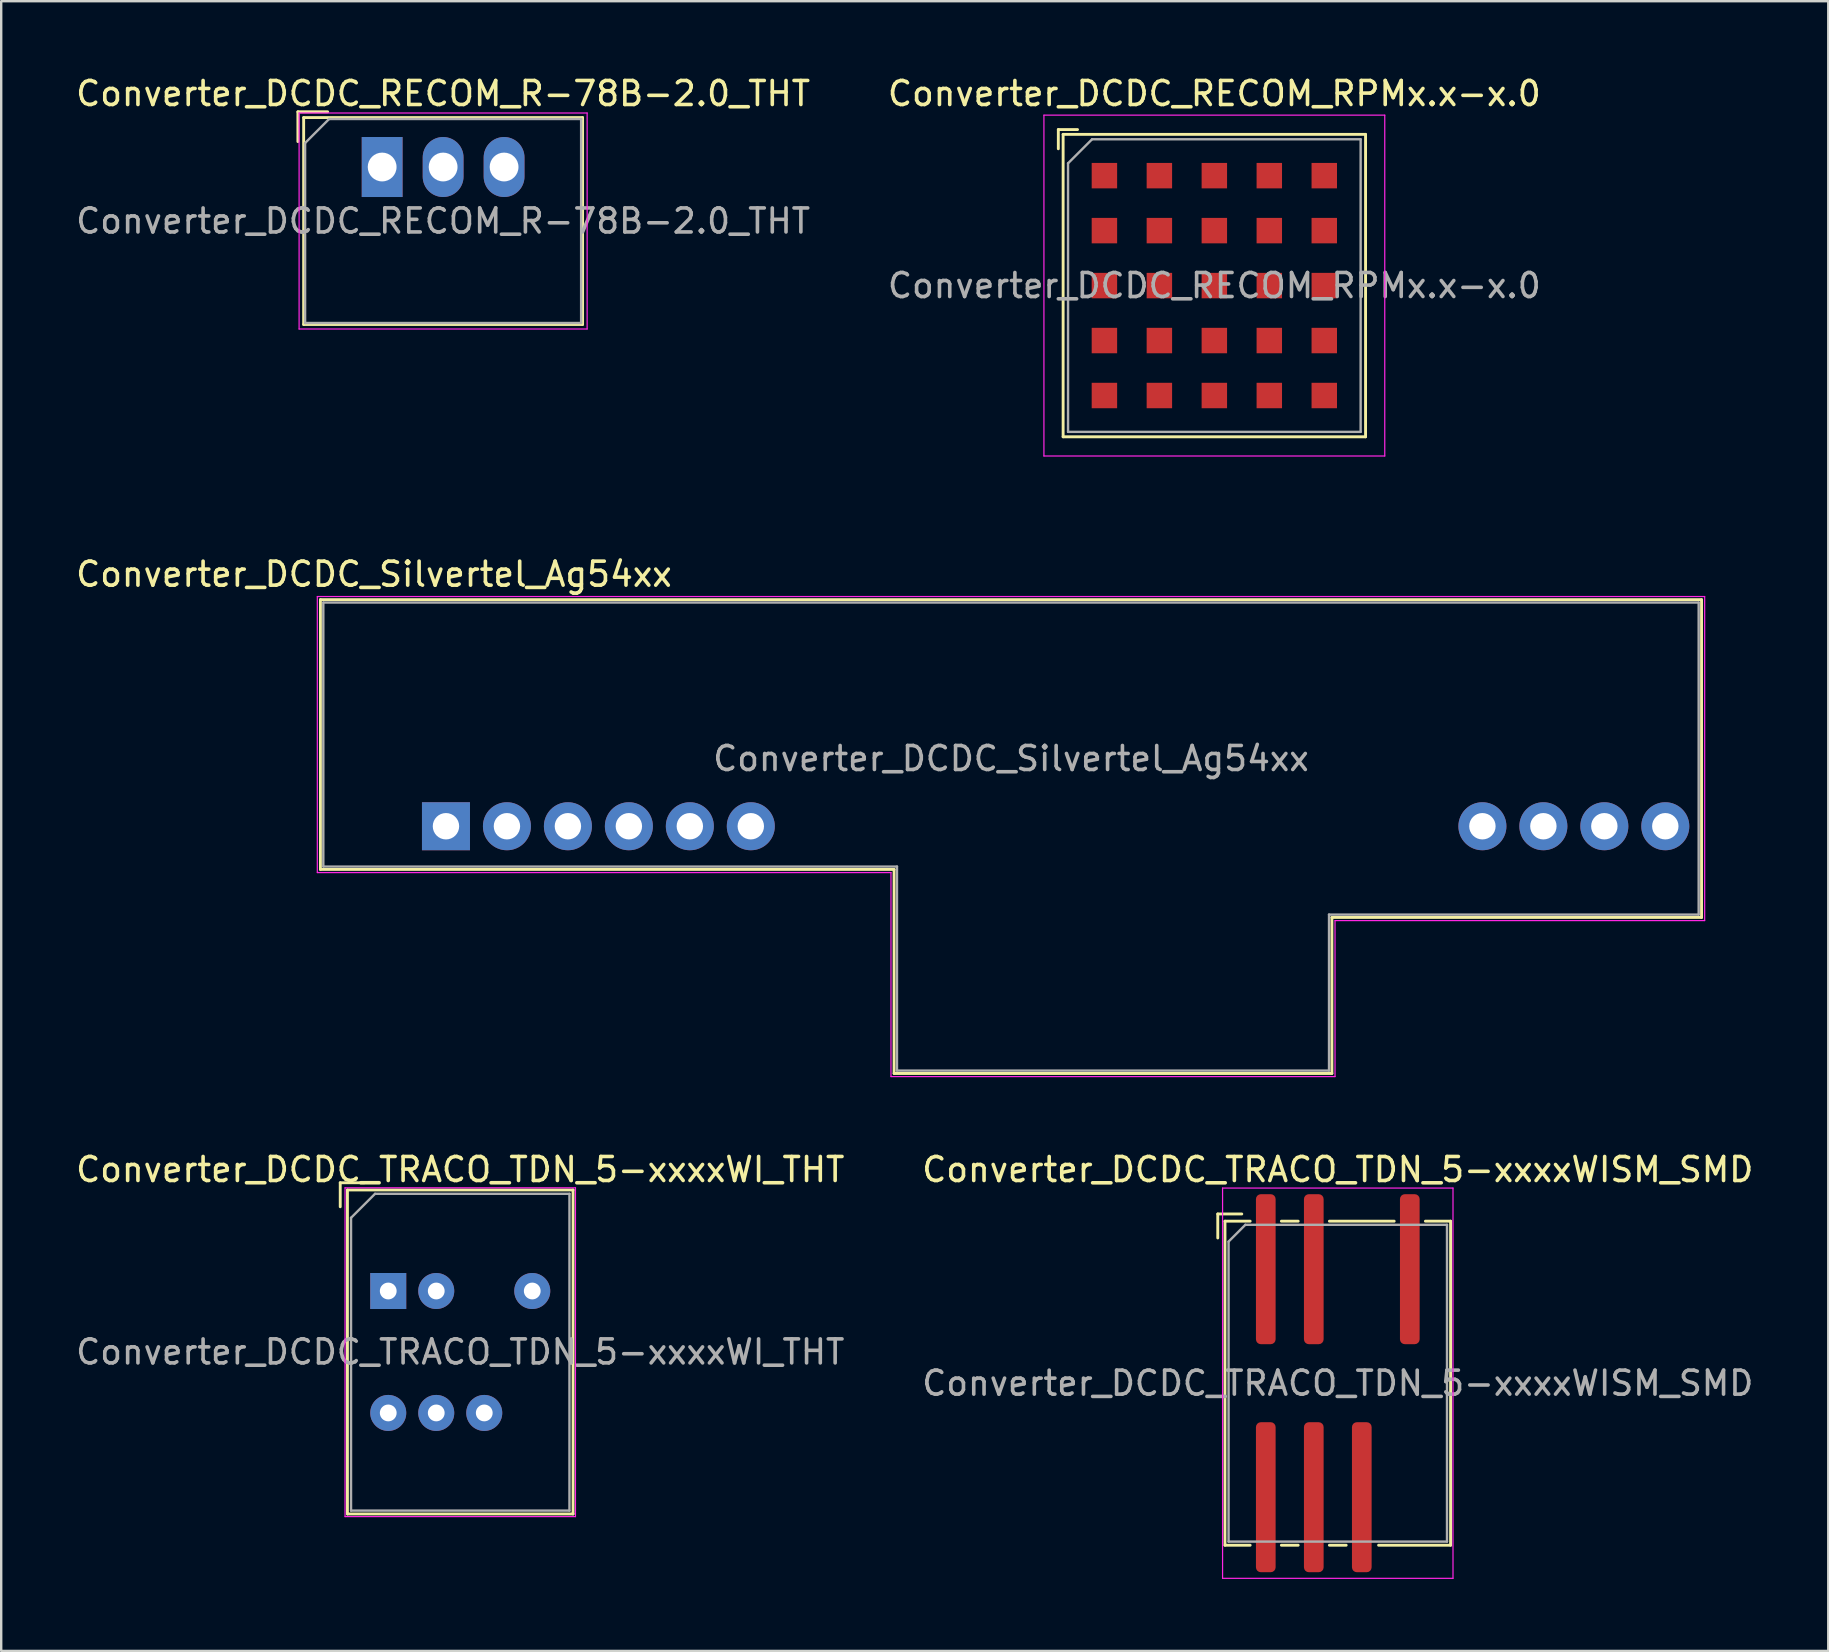
<source format=kicad_pcb>
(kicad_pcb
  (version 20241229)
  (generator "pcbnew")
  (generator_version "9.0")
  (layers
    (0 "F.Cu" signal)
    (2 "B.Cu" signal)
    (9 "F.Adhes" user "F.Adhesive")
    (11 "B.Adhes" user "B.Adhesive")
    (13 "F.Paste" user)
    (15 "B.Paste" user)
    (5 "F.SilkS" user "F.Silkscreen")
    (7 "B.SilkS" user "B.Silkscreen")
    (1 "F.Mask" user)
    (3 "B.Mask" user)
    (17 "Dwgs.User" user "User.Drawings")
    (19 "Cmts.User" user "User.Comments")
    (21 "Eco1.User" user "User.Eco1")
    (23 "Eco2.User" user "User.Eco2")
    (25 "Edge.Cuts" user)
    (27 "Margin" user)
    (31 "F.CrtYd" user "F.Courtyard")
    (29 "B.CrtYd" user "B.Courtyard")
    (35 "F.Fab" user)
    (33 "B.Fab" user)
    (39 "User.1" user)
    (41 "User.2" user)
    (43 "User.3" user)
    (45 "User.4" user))
  (footprint "Converter_DCDC_TRACO_TDN_5-xxxxWI_THT"
    (layer "F.Cu")
    (at 13.125 50.736)
    (property "Reference" "Converter_DCDC_TRACO_TDN_5-xxxxWI_THT" (at 3 -5.06 0) (layer "F.SilkS") (effects (font (size 1 1) (thickness 0.15))))
    (attr through_hole)
    (fp_line (start -2 -4.51) (end -1 -4.51) (stroke (width 0.12) (type solid)) (layer "F.SilkS"))
    (fp_line (start -2 -3.51) (end -2 -4.51) (stroke (width 0.12) (type solid)) (layer "F.SilkS"))
    (fp_line (start -1.7 -4.21) (end 7.7 -4.21) (stroke (width 0.12) (type solid)) (layer "F.SilkS"))
    (fp_line (start -1.7 9.29) (end -1.7 -4.21) (stroke (width 0.12) (type solid)) (layer "F.SilkS"))
    (fp_line (start -1.7 9.29) (end 7.7 9.29) (stroke (width 0.12) (type solid)) (layer "F.SilkS"))
    (fp_line (start 7.7 -4.21) (end 7.7 9.29) (stroke (width 0.12) (type solid)) (layer "F.SilkS"))
    (fp_line (start -1.8 -4.3) (end 7.8 -4.3) (stroke (width 0.05) (type solid)) (layer "F.CrtYd"))
    (fp_line (start -1.8 9.4) (end -1.8 -4.3) (stroke (width 0.05) (type solid)) (layer "F.CrtYd"))
    (fp_line (start 7.8 -4.3) (end 7.8 9.4) (stroke (width 0.05) (type solid)) (layer "F.CrtYd"))
    (fp_line (start 7.8 9.4) (end -1.8 9.4) (stroke (width 0.05) (type solid)) (layer "F.CrtYd"))
    (fp_line (start -1.55 9.15) (end -1.55 -3.05) (stroke (width 0.1) (type solid)) (layer "F.Fab"))
    (fp_line (start -0.55 -4.05) (end -1.55 -3.05) (stroke (width 0.1) (type solid)) (layer "F.Fab"))
    (fp_line (start -0.55 -4.05) (end 7.55 -4.05) (stroke (width 0.1) (type solid)) (layer "F.Fab"))
    (fp_line (start 7.55 -4.05) (end 7.55 9.15) (stroke (width 0.1) (type solid)) (layer "F.Fab"))
    (fp_line (start 7.55 9.15) (end -1.55 9.15) (stroke (width 0.1) (type solid)) (layer "F.Fab"))
    (fp_text user "${REFERENCE}" (at 3 2.54 0) (layer "F.Fab") (effects (font (size 1 1) (thickness 0.15))))
    (pad "1" thru_hole rect (at 0 0) (size 1.5 1.5) (drill 0.7) (layers "*.Cu" "*.Mask"))
    (pad "2" thru_hole circle (at 2 0) (size 1.5 1.5) (drill 0.7) (layers "*.Cu" "*.Mask"))
    (pad "4" thru_hole circle (at 6 0) (size 1.5 1.5) (drill 0.7) (layers "*.Cu" "*.Mask"))
    (pad "5" thru_hole circle (at 0 5.08) (size 1.5 1.5) (drill 0.7) (layers "*.Cu" "*.Mask"))
    (pad "6" thru_hole circle (at 2 5.08) (size 1.5 1.5) (drill 0.7) (layers "*.Cu" "*.Mask"))
    (pad "7" thru_hole circle (at 4 5.08) (size 1.5 1.5) (drill 0.7) (layers "*.Cu" "*.Mask")))
  (footprint "Converter_DCDC_RECOM_R-78B-2.0_THT"
    (layer "F.Cu")
    (at 12.871 3.908)
    (property "Reference" "Converter_DCDC_RECOM_R-78B-2.0_THT" (at 2.54 -3.06 0) (layer "F.SilkS") (effects (font (size 1 1) (thickness 0.15))))
    (attr through_hole)
    (fp_line (start -3.51 -2.3) (end -2.27 -2.3) (stroke (width 0.12) (type solid)) (layer "F.SilkS"))
    (fp_line (start -3.51 -1.06) (end -3.51 -2.3) (stroke (width 0.12) (type solid)) (layer "F.SilkS"))
    (fp_line (start -3.27 -2.06) (end -3.27 6.56) (stroke (width 0.12) (type solid)) (layer "F.SilkS"))
    (fp_line (start -3.27 -2.06) (end 8.35 -2.06) (stroke (width 0.12) (type solid)) (layer "F.SilkS"))
    (fp_line (start -3.27 6.56) (end 8.35 6.56) (stroke (width 0.12) (type solid)) (layer "F.SilkS"))
    (fp_line (start 8.35 -2.06) (end 8.35 6.56) (stroke (width 0.12) (type solid)) (layer "F.SilkS"))
    (fp_line (start -3.46 -2.25) (end -3.46 6.75) (stroke (width 0.05) (type solid)) (layer "F.CrtYd"))
    (fp_line (start -3.46 6.75) (end 8.54 6.75) (stroke (width 0.05) (type solid)) (layer "F.CrtYd"))
    (fp_line (start 8.54 -2.25) (end -3.46 -2.25) (stroke (width 0.05) (type solid)) (layer "F.CrtYd"))
    (fp_line (start 8.54 6.75) (end 8.54 -2.25) (stroke (width 0.05) (type solid)) (layer "F.CrtYd"))
    (fp_line (start -3.21 -1) (end -2.21 -2) (stroke (width 0.1) (type solid)) (layer "F.Fab"))
    (fp_line (start -3.21 6.5) (end -3.21 -1) (stroke (width 0.1) (type solid)) (layer "F.Fab"))
    (fp_line (start -2.21 -2) (end 8.29 -2) (stroke (width 0.1) (type solid)) (layer "F.Fab"))
    (fp_line (start 8.29 -2) (end 8.29 6.5) (stroke (width 0.1) (type solid)) (layer "F.Fab"))
    (fp_line (start 8.29 6.5) (end -3.21 6.5) (stroke (width 0.1) (type solid)) (layer "F.Fab"))
    (fp_text user "${REFERENCE}" (at 2.54 2.25 0) (layer "F.Fab") (effects (font (size 1 1) (thickness 0.15))))
    (pad "1" thru_hole rect (at 0 0) (size 1.7 2.5) (drill 1.2) (layers "*.Cu" "*.Mask"))
    (pad "2" thru_hole oval (at 2.54 0) (size 1.7 2.5) (drill 1.2) (layers "*.Cu" "*.Mask"))
    (pad "3" thru_hole oval (at 5.08 0) (size 1.7 2.5) (drill 1.2) (layers "*.Cu" "*.Mask")))
  (footprint "Converter_DCDC_TRACO_TDN_5-xxxxWISM_SMD"
    (layer "F.Cu")
    (at 52.685 54.577)
    (property "Reference" "Converter_DCDC_TRACO_TDN_5-xxxxWISM_SMD" (at 0 -8.9 0) (layer "F.SilkS") (effects (font (size 1 1) (thickness 0.15))))
    (attr smd)
    (fp_line (start -5 -7.05) (end -4 -7.05) (stroke (width 0.12) (type solid)) (layer "F.SilkS"))
    (fp_line (start -5 -6.05) (end -5 -7.05) (stroke (width 0.12) (type solid)) (layer "F.SilkS"))
    (fp_line (start -4.7 -6.75) (end -3.65 -6.75) (stroke (width 0.12) (type solid)) (layer "F.SilkS"))
    (fp_line (start -4.7 6.75) (end -4.7 -6.75) (stroke (width 0.12) (type solid)) (layer "F.SilkS"))
    (fp_line (start -3.65 6.75) (end -4.7 6.75) (stroke (width 0.12) (type solid)) (layer "F.SilkS"))
    (fp_line (start -2.35 -6.75) (end -1.65 -6.75) (stroke (width 0.12) (type solid)) (layer "F.SilkS"))
    (fp_line (start -2.35 6.75) (end -1.65 6.75) (stroke (width 0.12) (type solid)) (layer "F.SilkS"))
    (fp_line (start -0.35 -6.75) (end 2.35 -6.75) (stroke (width 0.12) (type solid)) (layer "F.SilkS"))
    (fp_line (start -0.35 6.75) (end 0.35 6.75) (stroke (width 0.12) (type solid)) (layer "F.SilkS"))
    (fp_line (start 1.7 6.75) (end 4.7 6.75) (stroke (width 0.12) (type solid)) (layer "F.SilkS"))
    (fp_line (start 3.65 -6.75) (end 4.7 -6.75) (stroke (width 0.12) (type solid)) (layer "F.SilkS"))
    (fp_line (start 4.7 -6.75) (end 4.7 6.75) (stroke (width 0.12) (type solid)) (layer "F.SilkS"))
    (fp_line (start -4.8 -8.13) (end 4.8 -8.13) (stroke (width 0.05) (type solid)) (layer "F.CrtYd"))
    (fp_line (start -4.8 8.13) (end -4.8 -8.13) (stroke (width 0.05) (type solid)) (layer "F.CrtYd"))
    (fp_line (start 4.8 -8.13) (end 4.8 8.13) (stroke (width 0.05) (type solid)) (layer "F.CrtYd"))
    (fp_line (start 4.8 8.13) (end -4.8 8.13) (stroke (width 0.05) (type solid)) (layer "F.CrtYd"))
    (fp_line (start -4.55 6.6) (end -4.55 -5.9) (stroke (width 0.1) (type solid)) (layer "F.Fab"))
    (fp_line (start -3.85 -6.6) (end -4.55 -5.9) (stroke (width 0.1) (type solid)) (layer "F.Fab"))
    (fp_line (start -3.85 -6.6) (end 4.55 -6.6) (stroke (width 0.1) (type solid)) (layer "F.Fab"))
    (fp_line (start 4.55 -6.6) (end 4.55 6.6) (stroke (width 0.1) (type solid)) (layer "F.Fab"))
    (fp_line (start 4.55 6.6) (end -4.55 6.6) (stroke (width 0.1) (type solid)) (layer "F.Fab"))
    (fp_text user "${REFERENCE}" (at 0 0 0) (layer "F.Fab") (effects (font (size 1 1) (thickness 0.15))))
    (pad "1" smd roundrect (at -3 -4.75) (size 0.82 6.25) (layers "F.Cu" "F.Mask" "F.Paste") (roundrect_rratio 0.25))
    (pad "2" smd roundrect (at -1 -4.75) (size 0.82 6.25) (layers "F.Cu" "F.Mask" "F.Paste") (roundrect_rratio 0.25))
    (pad "4" smd roundrect (at 3 -4.75) (size 0.82 6.25) (layers "F.Cu" "F.Mask" "F.Paste") (roundrect_rratio 0.25))
    (pad "5" smd roundrect (at -3 4.75) (size 0.82 6.25) (layers "F.Cu" "F.Mask" "F.Paste") (roundrect_rratio 0.25))
    (pad "6" smd roundrect (at -1 4.75) (size 0.82 6.25) (layers "F.Cu" "F.Mask" "F.Paste") (roundrect_rratio 0.25))
    (pad "7" smd roundrect (at 1 4.75) (size 0.82 6.25) (layers "F.Cu" "F.Mask" "F.Paste") (roundrect_rratio 0.25)))
  (footprint "Converter_DCDC_Silvertel_Ag54xx"
    (layer "F.Cu")
    (at 15.53 31.373)
    (property "Reference" "Converter_DCDC_Silvertel_Ag54xx" (at -3 -10.5 0) (unlocked yes) (layer "F.SilkS") (effects (font (size 1 1) (thickness 0.15))))
    (attr through_hole)
    (fp_line (start -5.23 -9.44) (end -5.23 1.8) (stroke (width 0.12) (type solid)) (layer "F.SilkS"))
    (fp_line (start -5.23 1.8) (end 18.67 1.8) (stroke (width 0.12) (type solid)) (layer "F.SilkS"))
    (fp_line (start 18.67 1.8) (end 18.67 10.3) (stroke (width 0.12) (type solid)) (layer "F.SilkS"))
    (fp_line (start 18.67 10.3) (end 36.91 10.3) (stroke (width 0.12) (type solid)) (layer "F.SilkS"))
    (fp_line (start 36.91 3.8) (end 52.31 3.8) (stroke (width 0.12) (type solid)) (layer "F.SilkS"))
    (fp_line (start 36.91 10.3) (end 36.91 3.8) (stroke (width 0.12) (type solid)) (layer "F.SilkS"))
    (fp_line (start 52.31 -9.44) (end -5.23 -9.44) (stroke (width 0.12) (type solid)) (layer "F.SilkS"))
    (fp_line (start 52.31 3.8) (end 52.31 -9.44) (stroke (width 0.12) (type solid)) (layer "F.SilkS"))
    (fp_line (start -5.36 -9.57) (end -5.36 1.93) (stroke (width 0.05) (type solid)) (layer "F.CrtYd"))
    (fp_line (start -5.36 1.93) (end 18.54 1.93) (stroke (width 0.05) (type solid)) (layer "F.CrtYd"))
    (fp_line (start 18.54 1.93) (end 18.54 10.43) (stroke (width 0.05) (type solid)) (layer "F.CrtYd"))
    (fp_line (start 18.54 10.43) (end 37.04 10.43) (stroke (width 0.05) (type solid)) (layer "F.CrtYd"))
    (fp_line (start 37.04 3.93) (end 52.44 3.93) (stroke (width 0.05) (type solid)) (layer "F.CrtYd"))
    (fp_line (start 37.04 10.43) (end 37.04 3.93) (stroke (width 0.05) (type solid)) (layer "F.CrtYd"))
    (fp_line (start 52.44 -9.57) (end -5.36 -9.57) (stroke (width 0.05) (type solid)) (layer "F.CrtYd"))
    (fp_line (start 52.44 3.93) (end 52.44 -9.57) (stroke (width 0.05) (type solid)) (layer "F.CrtYd"))
    (fp_line (start -5.11 -9.32) (end -5.11 1.68) (stroke (width 0.1) (type solid)) (layer "F.Fab"))
    (fp_line (start -5.11 1.68) (end 18.79 1.68) (stroke (width 0.1) (type solid)) (layer "F.Fab"))
    (fp_line (start 18.79 1.68) (end 18.79 10.18) (stroke (width 0.1) (type solid)) (layer "F.Fab"))
    (fp_line (start 18.79 10.18) (end 36.79 10.18) (stroke (width 0.1) (type solid)) (layer "F.Fab"))
    (fp_line (start 36.79 3.68) (end 52.19 3.68) (stroke (width 0.1) (type solid)) (layer "F.Fab"))
    (fp_line (start 36.79 10.18) (end 36.79 3.68) (stroke (width 0.1) (type solid)) (layer "F.Fab"))
    (fp_line (start 52.19 -9.32) (end -5.11 -9.32) (stroke (width 0.1) (type solid)) (layer "F.Fab"))
    (fp_line (start 52.19 3.68) (end 52.19 -9.32) (stroke (width 0.1) (type solid)) (layer "F.Fab"))
    (fp_text user "${REFERENCE}" (at 23.54 -2.82 0) (unlocked yes) (layer "F.Fab") (effects (font (size 1 1) (thickness 0.15))))
    (pad "1" thru_hole rect (at 0 0) (size 2 2) (drill 1.1) (layers "*.Cu" "*.Mask"))
    (pad "2" thru_hole circle (at 2.54 0) (size 2 2) (drill 1.1) (layers "*.Cu" "*.Mask"))
    (pad "3" thru_hole circle (at 5.08 0) (size 2 2) (drill 1.1) (layers "*.Cu" "*.Mask"))
    (pad "4" thru_hole circle (at 7.62 0) (size 2 2) (drill 1.1) (layers "*.Cu" "*.Mask"))
    (pad "5" thru_hole circle (at 10.16 0) (size 2 2) (drill 1.1) (layers "*.Cu" "*.Mask"))
    (pad "6" thru_hole circle (at 12.7 0) (size 2 2) (drill 1.1) (layers "*.Cu" "*.Mask"))
    (pad "7" thru_hole circle (at 43.18 0) (size 2 2) (drill 1.1) (layers "*.Cu" "*.Mask"))
    (pad "8" thru_hole circle (at 45.72 0) (size 2 2) (drill 1.1) (layers "*.Cu" "*.Mask"))
    (pad "9" thru_hole circle (at 48.26 0) (size 2 2) (drill 1.1) (layers "*.Cu" "*.Mask"))
    (pad "10" thru_hole circle (at 50.8 0) (size 2 2) (drill 1.1) (layers "*.Cu" "*.Mask"))
    (zone (net_name "") (layers "F.Cu" "F.Fab") (name "Isolation_Barrier") (hatch edge 0.508) (connect_pads) (min_thickness 0.254) (filled_areas_thickness no) (keepout (tracks not_allowed) (vias not_allowed) (pads not_allowed) (copperpour not_allowed) (footprints not_allowed)) (placement (enabled no)) (fill) (polygon (pts (xy 57.63 33.073) (xy 29.33 33.073) (xy 29.33 18.973) (xy 57.63 18.973)))))
  (footprint "Converter_DCDC_RECOM_RPMx.x-x.0"
    (layer "F.Cu")
    (at 47.542 8.848)
    (property "Reference" "Converter_DCDC_RECOM_RPMx.x-x.0" (at 0 -8 0) (layer "F.SilkS") (effects (font (size 1 1) (thickness 0.15))))
    (attr smd)
    (fp_line (start -6.5 -6.5) (end -6.5 -5.7) (stroke (width 0.12) (type solid)) (layer "F.SilkS"))
    (fp_line (start -6.3 -6.3) (end 6.3 -6.3) (stroke (width 0.12) (type solid)) (layer "F.SilkS"))
    (fp_line (start -6.3 6.3) (end -6.3 -6.3) (stroke (width 0.12) (type solid)) (layer "F.SilkS"))
    (fp_line (start -5.7 -6.5) (end -6.5 -6.5) (stroke (width 0.12) (type solid)) (layer "F.SilkS"))
    (fp_line (start 6.3 -6.3) (end 6.3 6.3) (stroke (width 0.12) (type solid)) (layer "F.SilkS"))
    (fp_line (start 6.3 6.3) (end -6.3 6.3) (stroke (width 0.12) (type solid)) (layer "F.SilkS"))
    (fp_line (start -7.1 -7.1) (end -7.1 7.1) (stroke (width 0.05) (type solid)) (layer "F.CrtYd"))
    (fp_line (start -7.1 -7.1) (end 7.1 -7.1) (stroke (width 0.05) (type solid)) (layer "F.CrtYd"))
    (fp_line (start 7.1 7.1) (end -7.1 7.1) (stroke (width 0.05) (type solid)) (layer "F.CrtYd"))
    (fp_line (start 7.1 7.1) (end 7.1 -7.1) (stroke (width 0.05) (type solid)) (layer "F.CrtYd"))
    (fp_line (start -6.095 -5.095) (end -5.095 -6.095) (stroke (width 0.1) (type solid)) (layer "F.Fab"))
    (fp_line (start -6.095 6.095) (end -6.095 -5.095) (stroke (width 0.1) (type solid)) (layer "F.Fab"))
    (fp_line (start -5.095 -6.095) (end 6.095 -6.095) (stroke (width 0.1) (type solid)) (layer "F.Fab"))
    (fp_line (start 6.095 -6.095) (end 6.095 6.095) (stroke (width 0.1) (type solid)) (layer "F.Fab"))
    (fp_line (start 6.095 6.095) (end -6.095 6.095) (stroke (width 0.1) (type solid)) (layer "F.Fab"))
    (fp_text user "${REFERENCE}" (at 0 0 0) (layer "F.Fab") (effects (font (size 1 1) (thickness 0.15))))
    (pad "A1" smd rect (at -4.58 -4.58) (size 1.06 1.06) (layers "F.Cu" "F.Mask" "F.Paste"))
    (pad "A2" smd rect (at -2.29 -4.58) (size 1.06 1.06) (layers "F.Cu" "F.Mask" "F.Paste"))
    (pad "A3" smd rect (at 0 -4.58) (size 1.06 1.06) (layers "F.Cu" "F.Mask" "F.Paste"))
    (pad "A4" smd rect (at 2.29 -4.58) (size 1.06 1.06) (layers "F.Cu" "F.Mask" "F.Paste"))
    (pad "A5" smd rect (at 4.58 -4.58) (size 1.06 1.06) (layers "F.Cu" "F.Mask" "F.Paste"))
    (pad "B1" smd rect (at -4.58 -2.29) (size 1.06 1.06) (layers "F.Cu" "F.Mask" "F.Paste"))
    (pad "B2" smd rect (at -2.29 -2.29) (size 1.06 1.06) (layers "F.Cu" "F.Mask" "F.Paste"))
    (pad "B3" smd rect (at 0 -2.29) (size 1.06 1.06) (layers "F.Cu" "F.Mask" "F.Paste"))
    (pad "B4" smd rect (at 2.29 -2.29) (size 1.06 1.06) (layers "F.Cu" "F.Mask" "F.Paste"))
    (pad "B5" smd rect (at 4.58 -2.29) (size 1.06 1.06) (layers "F.Cu" "F.Mask" "F.Paste"))
    (pad "C1" smd rect (at -4.58 0) (size 1.06 1.06) (layers "F.Cu" "F.Mask" "F.Paste"))
    (pad "C2" smd rect (at -2.29 0) (size 1.06 1.06) (layers "F.Cu" "F.Mask" "F.Paste"))
    (pad "C3" smd rect (at 0 0) (size 1.06 1.06) (layers "F.Cu" "F.Mask" "F.Paste"))
    (pad "C4" smd rect (at 2.29 0) (size 1.06 1.06) (layers "F.Cu" "F.Mask" "F.Paste"))
    (pad "C5" smd rect (at 4.58 0) (size 1.06 1.06) (layers "F.Cu" "F.Mask" "F.Paste"))
    (pad "D1" smd rect (at -4.58 2.29) (size 1.06 1.06) (layers "F.Cu" "F.Mask" "F.Paste"))
    (pad "D2" smd rect (at -2.29 2.29) (size 1.06 1.06) (layers "F.Cu" "F.Mask" "F.Paste"))
    (pad "D3" smd rect (at 0 2.29) (size 1.06 1.06) (layers "F.Cu" "F.Mask" "F.Paste"))
    (pad "D4" smd rect (at 2.29 2.29) (size 1.06 1.06) (layers "F.Cu" "F.Mask" "F.Paste"))
    (pad "D5" smd rect (at 4.58 2.29) (size 1.06 1.06) (layers "F.Cu" "F.Mask" "F.Paste"))
    (pad "E1" smd rect (at -4.58 4.58) (size 1.06 1.06) (layers "F.Cu" "F.Mask" "F.Paste"))
    (pad "E2" smd rect (at -2.29 4.58) (size 1.06 1.06) (layers "F.Cu" "F.Mask" "F.Paste"))
    (pad "E3" smd rect (at 0 4.58) (size 1.06 1.06) (layers "F.Cu" "F.Mask" "F.Paste"))
    (pad "E4" smd rect (at 2.29 4.58) (size 1.06 1.06) (layers "F.Cu" "F.Mask" "F.Paste"))
    (pad "E5" smd rect (at 4.58 4.58) (size 1.06 1.06) (layers "F.Cu" "F.Mask" "F.Paste")))
  (gr_rect
    (start -3 -3)
    (end 73.119 65.731)
    (stroke (width 0.1) (type default))
    (fill no)
    (layer "Edge.Cuts")))
</source>
